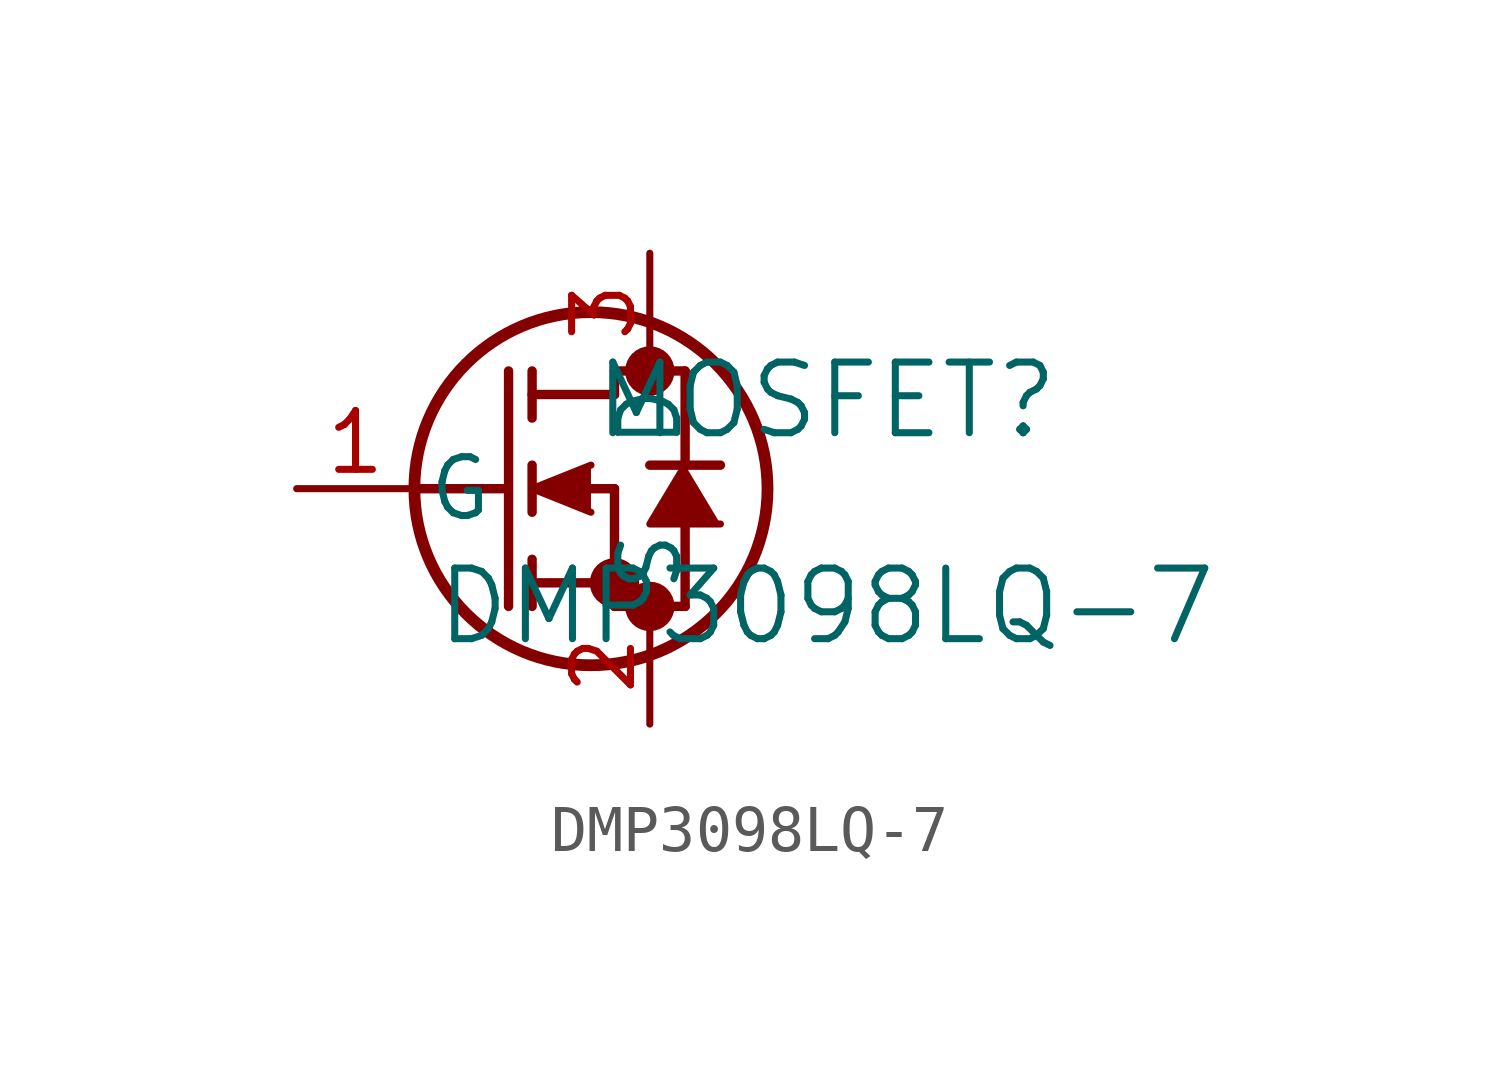
<source format=kicad_sym>
(kicad_symbol_lib
  (version 20211014)
  (generator kicad_symbol_editor)
  (symbol "DMP3098LQ-7"
    (pin_names
      (offset 0.254))
    (property "Reference" "MOSFET"
      (at 11.43 1.905 0)
      (effects (font (size 1.524 1.524))))
    (property "Value" "DMP3098LQ-7"
      (at 11.43 -2.54 0)
      (effects (font (size 1.524 1.524))))
    (symbol "DMP3098LQ-7_0_1"
      (circle (center 7.62 2.54) (radius 0.025) (stroke (width 0.508) (type default) (color 0 0 0 0)) (fill (type none)))
      (circle (center 7.62 -2.54) (radius 0.025) (stroke (width 0.508) (type default) (color 0 0 0 0)) (fill (type none)))
      (circle (center 6.858 -2.032) (radius 0.025) (stroke (width 0.508) (type default) (color 0 0 0 0)) (fill (type none)))
      (circle (center 6.35 0) (radius 3.81) (stroke (width 0.254) (type default) (color 0 0 0 0)) (fill (type none)))
      (polyline (pts (xy 2.54 0) (xy 4.445 0)) (stroke (width 0.203) (type default) (color 0 0 0 0)) (fill (type none)))
      (polyline (pts (xy 4.572 -2.54) (xy 4.572 2.54)) (stroke (width 0.203) (type default) (color 0 0 0 0)) (fill (type none)))
      (polyline (pts (xy 5.08 -0.508) (xy 5.08 0.508)) (stroke (width 0.203) (type default) (color 0 0 0 0)) (fill (type none)))
      (polyline (pts (xy 5.08 -2.54) (xy 5.08 -1.524)) (stroke (width 0.203) (type default) (color 0 0 0 0)) (fill (type none)))
      (polyline (pts (xy 5.08 1.524) (xy 5.08 2.54)) (stroke (width 0.203) (type default) (color 0 0 0 0)) (fill (type none)))
      (polyline (pts (xy 6.35 0) (xy 6.858 0)) (stroke (width 0.203) (type default) (color 0 0 0 0)) (fill (type none)))
      (polyline (pts (xy 5.08 -2.032) (xy 6.858 -2.032)) (stroke (width 0.203) (type default) (color 0 0 0 0)) (fill (type none)))
      (polyline (pts (xy 6.858 -2.54) (xy 6.858 0)) (stroke (width 0.203) (type default) (color 0 0 0 0)) (fill (type none)))
      (polyline (pts (xy 6.858 -2.54) (xy 8.382 -2.54)) (stroke (width 0.203) (type default) (color 0 0 0 0)) (fill (type none)))
      (polyline (pts (xy 5.08 2.032) (xy 6.858 2.032)) (stroke (width 0.203) (type default) (color 0 0 0 0)) (fill (type none)))
      (polyline (pts (xy 8.382 0.508) (xy 8.382 2.54)) (stroke (width 0.203) (type default) (color 0 0 0 0)) (fill (type none)))
      (polyline (pts (xy 6.35 0.508) (xy 5.08 0) (xy 6.35 -0.508)) (stroke (width 0) (type default) (color 0 0 0 0)) (fill (type outline)))
      (polyline (pts (xy 9.144 -0.762) (xy 7.62 -0.762) (xy 8.382 0.508)) (stroke (width 0) (type default) (color 0 0 0 0)) (fill (type outline)))
      (polyline (pts (xy 8.382 -2.54) (xy 8.382 -0.762)) (stroke (width 0.203) (type default) (color 0 0 0 0)) (fill (type none)))
      (polyline (pts (xy 9.144 0.508) (xy 7.62 0.508)) (stroke (width 0.203) (type default) (color 0 0 0 0)) (fill (type none)))
      (polyline (pts (xy 6.858 2.54) (xy 8.382 2.54)) (stroke (width 0.203) (type default) (color 0 0 0 0)) (fill (type none)))
      (polyline (pts (xy 6.858 2.032) (xy 6.858 2.54)) (stroke (width 0.203) (type default) (color 0 0 0 0)) (fill (type none)))
      (pin unspecified line (at 0 0 0) (length 2.54) (name "G" (effects (font (size 1.27 1.27)))) (number "1" (effects (font (size 1.27 1.27)))))
      (pin unspecified line (at 7.62 -5.08 90) (length 2.54) (name "S" (effects (font (size 1.27 1.27)))) (number "2" (effects (font (size 1.27 1.27)))))
      (pin unspecified line (at 7.62 5.08 270) (length 2.54) (name "D" (effects (font (size 1.27 1.27)))) (number "3" (effects (font (size 1.27 1.27))))))))
</source>
